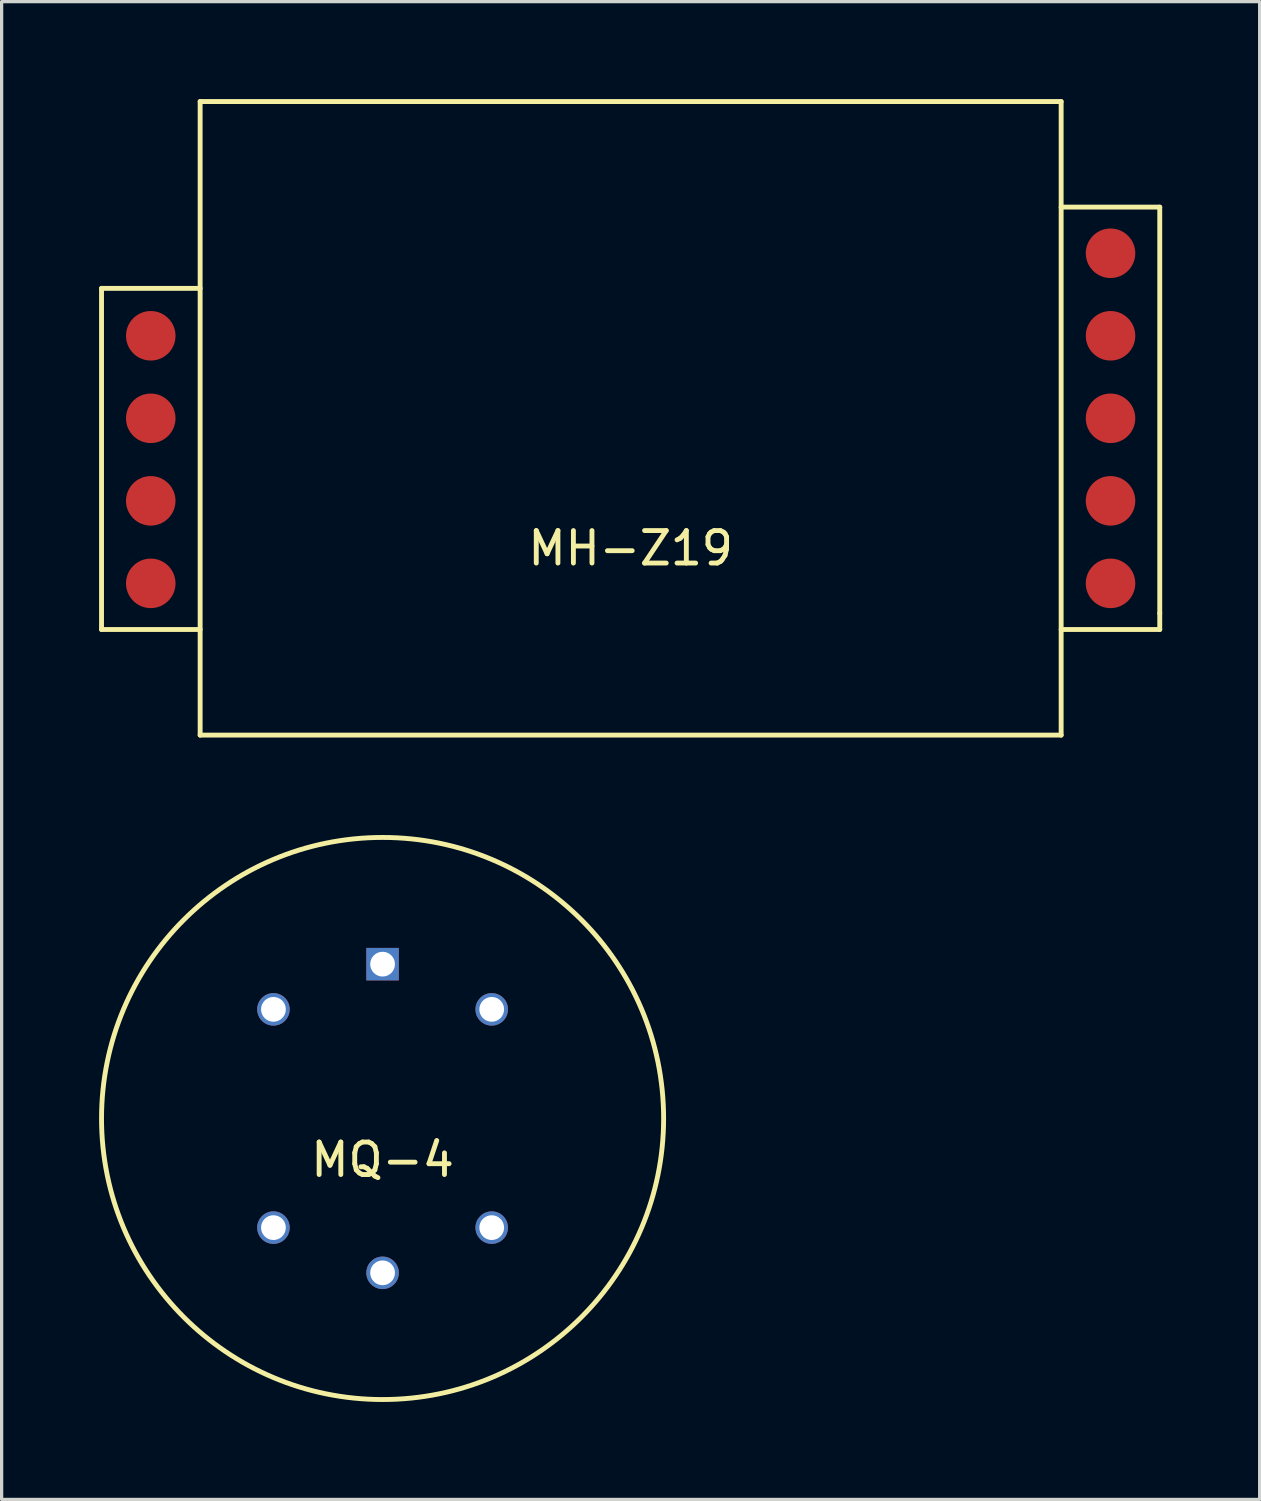
<source format=kicad_pcb>
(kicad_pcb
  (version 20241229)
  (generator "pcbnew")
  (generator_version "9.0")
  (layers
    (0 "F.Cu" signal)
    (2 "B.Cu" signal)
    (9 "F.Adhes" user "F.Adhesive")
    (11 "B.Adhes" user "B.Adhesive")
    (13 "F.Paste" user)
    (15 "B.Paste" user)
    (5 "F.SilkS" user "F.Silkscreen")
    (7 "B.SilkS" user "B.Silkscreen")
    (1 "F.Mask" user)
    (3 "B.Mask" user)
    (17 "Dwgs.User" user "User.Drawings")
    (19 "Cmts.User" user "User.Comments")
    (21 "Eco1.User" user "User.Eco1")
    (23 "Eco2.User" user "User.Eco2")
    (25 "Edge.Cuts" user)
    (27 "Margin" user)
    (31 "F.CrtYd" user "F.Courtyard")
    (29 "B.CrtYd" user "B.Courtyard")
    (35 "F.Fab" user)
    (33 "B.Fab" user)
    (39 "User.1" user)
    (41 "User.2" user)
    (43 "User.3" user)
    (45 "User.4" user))
  (footprint "MQ-4"
    (layer "F.Cu")
    (at 8.725 31.375)
    (property "Reference" "MQ-4" (at 0 1.27 0) (layer "F.SilkS") (effects (font (size 1 1) (thickness 0.15))))
    (attr through_hole)
    (fp_circle (center 0 0) (end 8.65 0) (stroke (width 0.15) (type solid)) (fill no) (layer "F.SilkS"))
    (pad "1" thru_hole circle (at -3.359 -3.359) (size 1 1) (drill 0.762) (layers "*.Cu" "*.Mask"))
    (pad "2" thru_hole circle (at 3.359 -3.359) (size 1 1) (drill 0.762) (layers "*.Cu" "*.Mask"))
    (pad "3" thru_hole circle (at -3.359 3.359) (size 1 1) (drill 0.762) (layers "*.Cu" "*.Mask"))
    (pad "4" thru_hole circle (at 3.359 3.359) (size 1 1) (drill 0.762) (layers "*.Cu" "*.Mask"))
    (pad "5" thru_hole circle (at 0 4.75) (size 1 1) (drill 0.762) (layers "*.Cu" "*.Mask"))
    (pad "6" thru_hole rect (at 0 -4.75) (size 1 1) (drill 0.762) (layers "*.Cu" "*.Mask")))
  (footprint "MH-Z19"
    (layer "F.Cu")
    (at 16.36 9.825)
    (property "Reference" "MH-Z19" (at 0 4 0) (layer "F.SilkS") (effects (font (size 1 1) (thickness 0.15))))
    (attr through_hole)
    (fp_line (start -16.285 -4) (end -13.25 -4) (stroke (width 0.15) (type solid)) (layer "F.SilkS"))
    (fp_line (start -16.285 6.5) (end -16.285 -4) (stroke (width 0.15) (type solid)) (layer "F.SilkS"))
    (fp_line (start -13.25 -9.75) (end -13.25 9.75) (stroke (width 0.15) (type solid)) (layer "F.SilkS"))
    (fp_line (start -13.25 6.5) (end -16.285 6.5) (stroke (width 0.15) (type solid)) (layer "F.SilkS"))
    (fp_line (start -13.25 9.75) (end 13.25 9.75) (stroke (width 0.15) (type solid)) (layer "F.SilkS"))
    (fp_line (start 13.25 -9.75) (end -13.25 -9.75) (stroke (width 0.15) (type solid)) (layer "F.SilkS"))
    (fp_line (start 13.25 -6.5) (end 16.285 -6.5) (stroke (width 0.15) (type solid)) (layer "F.SilkS"))
    (fp_line (start 13.25 9.75) (end 13.25 -9.75) (stroke (width 0.15) (type solid)) (layer "F.SilkS"))
    (fp_line (start 16.285 -6.5) (end 16.285 6) (stroke (width 0.15) (type solid)) (layer "F.SilkS"))
    (fp_line (start 16.285 6.5) (end 13.25 6.5) (stroke (width 0.15) (type solid)) (layer "F.SilkS"))
    (fp_line (start 16.285 6.5) (end 16.285 6) (stroke (width 0.15) (type solid)) (layer "F.SilkS"))
    (pad "1" connect circle (at 14.77 5.08) (size 1.524 1.524) (layers "F.Cu" "F.Mask"))
    (pad "2" connect circle (at 14.77 2.54) (size 1.524 1.524) (layers "F.Cu" "F.Mask"))
    (pad "3" connect circle (at 14.77 0) (size 1.524 1.524) (layers "F.Cu" "F.Mask"))
    (pad "4" connect circle (at 14.77 -2.54) (size 1.524 1.524) (layers "F.Cu" "F.Mask"))
    (pad "5" connect circle (at 14.77 -5.08) (size 1.524 1.524) (layers "F.Cu" "F.Mask"))
    (pad "6" connect circle (at -14.77 5.08) (size 1.524 1.524) (layers "F.Cu" "F.Mask"))
    (pad "7" connect circle (at -14.77 2.54) (size 1.524 1.524) (layers "F.Cu" "F.Mask"))
    (pad "8" connect circle (at -14.77 0) (size 1.524 1.524) (layers "F.Cu" "F.Mask"))
    (pad "9" connect circle (at -14.77 -2.54) (size 1.524 1.524) (layers "F.Cu" "F.Mask")))
  (gr_rect
    (start -3 -3)
    (end 35.72 43.1)
    (stroke (width 0.1) (type default))
    (fill no)
    (layer "Edge.Cuts")))
</source>
